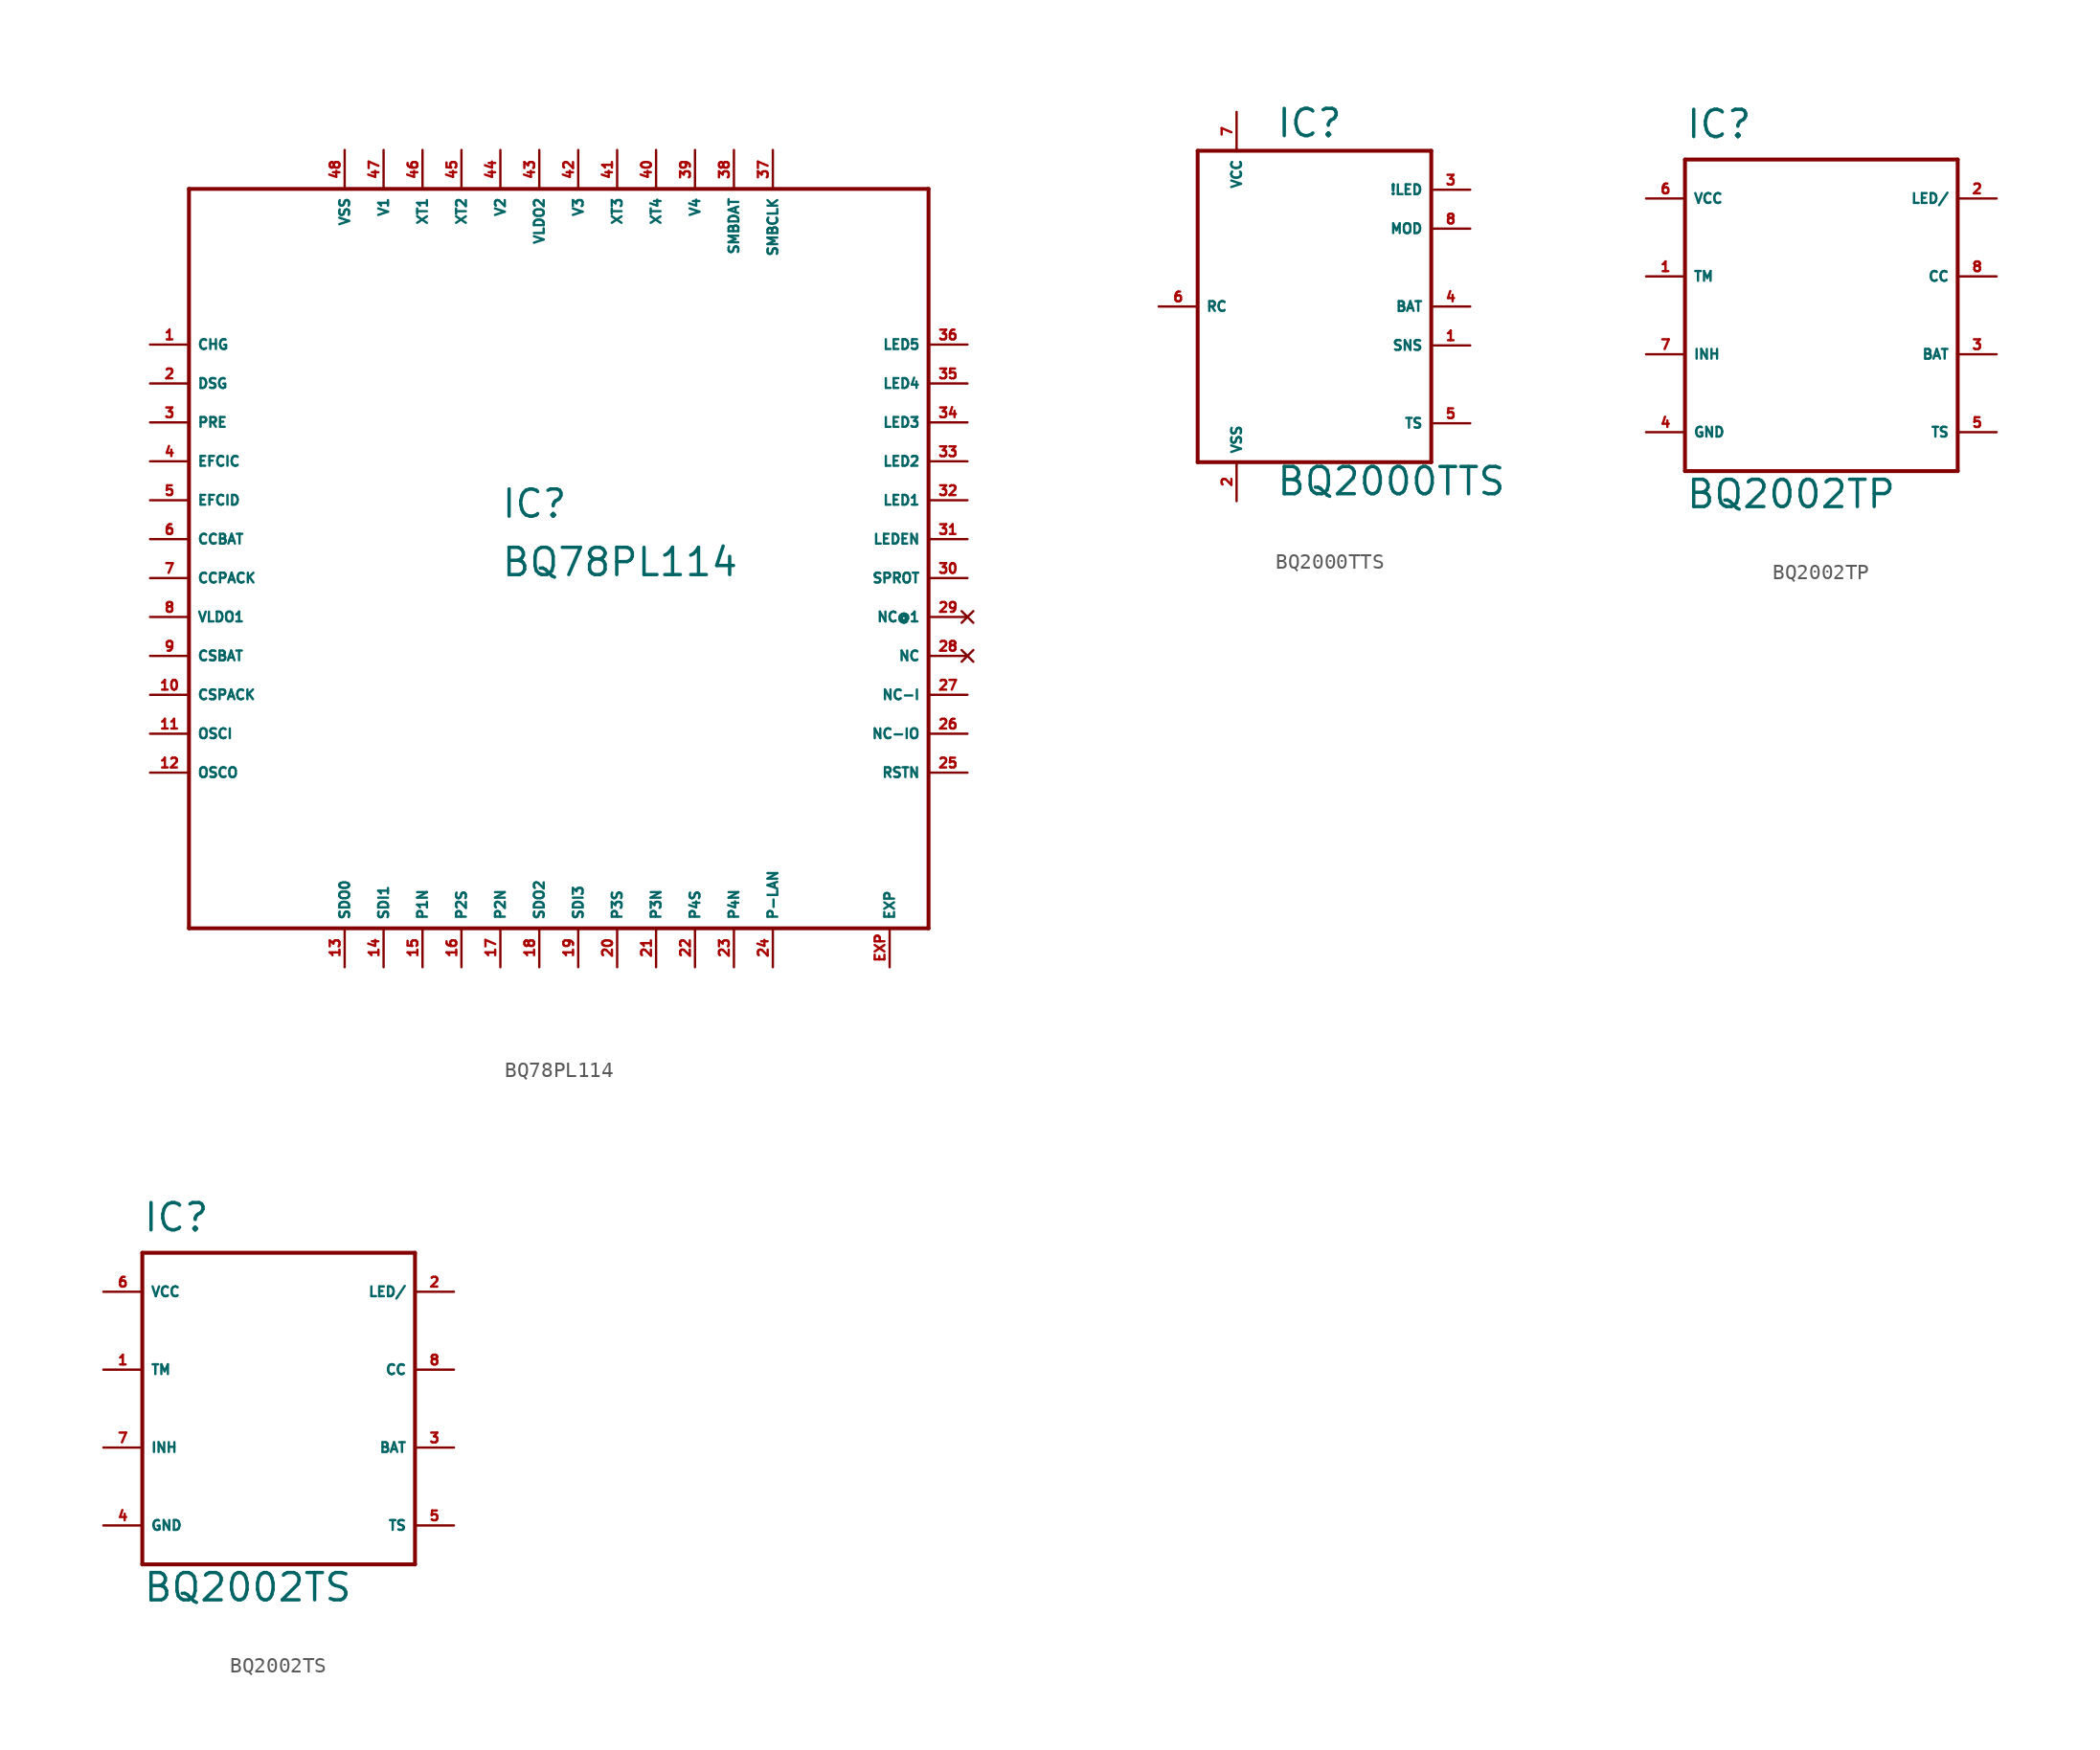
<source format=kicad_sym>
(kicad_symbol_lib
  (version 20220914)
  (generator Eagle2Kicad)
  (symbol "BQ78PL114"
    (property "Reference" "IC"
      (at -5.08 1.27 0)
      (effects (font (size 1.778 1.778) (thickness 0.22)) (justify left bottom)))
    (property "Value" "BQ78PL114"
      (at -5.08 -2.54 0)
      (effects (font (size 1.778 1.778) (thickness 0.22)) (justify left bottom)))
    (polyline
      (pts (xy -25.4 -25.4) (xy 22.86 -25.4))
      (stroke (width 0.254) (type default))
      (fill (type none)))
    (polyline
      (pts (xy 22.86 -25.4) (xy 22.86 22.86))
      (stroke (width 0.254) (type default))
      (fill (type none)))
    (polyline
      (pts (xy 22.86 22.86) (xy -25.4 22.86))
      (stroke (width 0.254) (type default))
      (fill (type none)))
    (polyline
      (pts (xy -25.4 22.86) (xy -25.4 -25.4))
      (stroke (width 0.254) (type default))
      (fill (type none)))
    (pin output line
      (at -27.94 12.7 0)
      (length 2.54)
      (name "CHG" (effects (font (size 0.635 0.635) (thickness 0.08)) (justify left bottom)))
      (number "1" (effects (font (size 0.635 0.635) (thickness 0.08)) (justify left bottom))))
    (pin output line
      (at -27.94 10.16 0)
      (length 2.54)
      (name "DSG" (effects (font (size 0.635 0.635) (thickness 0.08)) (justify left bottom)))
      (number "2" (effects (font (size 0.635 0.635) (thickness 0.08)) (justify left bottom))))
    (pin output line
      (at -27.94 7.62 0)
      (length 2.54)
      (name "PRE" (effects (font (size 0.635 0.635) (thickness 0.08)) (justify left bottom)))
      (number "3" (effects (font (size 0.635 0.635) (thickness 0.08)) (justify left bottom))))
    (pin input line
      (at -27.94 5.08 0)
      (length 2.54)
      (name "EFCIC" (effects (font (size 0.635 0.635) (thickness 0.08)) (justify left bottom)))
      (number "4" (effects (font (size 0.635 0.635) (thickness 0.08)) (justify left bottom))))
    (pin input line
      (at -27.94 2.54 0)
      (length 2.54)
      (name "EFCID" (effects (font (size 0.635 0.635) (thickness 0.08)) (justify left bottom)))
      (number "5" (effects (font (size 0.635 0.635) (thickness 0.08)) (justify left bottom))))
    (pin input line
      (at -27.94 0 0)
      (length 2.54)
      (name "CCBAT" (effects (font (size 0.635 0.635) (thickness 0.08)) (justify left bottom)))
      (number "6" (effects (font (size 0.635 0.635) (thickness 0.08)) (justify left bottom))))
    (pin input line
      (at -27.94 -2.54 0)
      (length 2.54)
      (name "CCPACK" (effects (font (size 0.635 0.635) (thickness 0.08)) (justify left bottom)))
      (number "7" (effects (font (size 0.635 0.635) (thickness 0.08)) (justify left bottom))))
    (pin unspecified line
      (at -27.94 -5.08 0)
      (length 2.54)
      (name "VLDO1" (effects (font (size 0.635 0.635) (thickness 0.08)) (justify left bottom)))
      (number "8" (effects (font (size 0.635 0.635) (thickness 0.08)) (justify left bottom))))
    (pin input line
      (at -27.94 -7.62 0)
      (length 2.54)
      (name "CSBAT" (effects (font (size 0.635 0.635) (thickness 0.08)) (justify left bottom)))
      (number "9" (effects (font (size 0.635 0.635) (thickness 0.08)) (justify left bottom))))
    (pin input line
      (at -27.94 -10.16 0)
      (length 2.54)
      (name "CSPACK" (effects (font (size 0.635 0.635) (thickness 0.08)) (justify left bottom)))
      (number "10" (effects (font (size 0.635 0.635) (thickness 0.08)) (justify left bottom))))
    (pin input line
      (at -27.94 -12.7 0)
      (length 2.54)
      (name "OSCI" (effects (font (size 0.635 0.635) (thickness 0.08)) (justify left bottom)))
      (number "11" (effects (font (size 0.635 0.635) (thickness 0.08)) (justify left bottom))))
    (pin output line
      (at -27.94 -15.24 0)
      (length 2.54)
      (name "OSCO" (effects (font (size 0.635 0.635) (thickness 0.08)) (justify left bottom)))
      (number "12" (effects (font (size 0.635 0.635) (thickness 0.08)) (justify left bottom))))
    (pin output line
      (at -15.24 -27.94 90)
      (length 2.54)
      (name "SDO0" (effects (font (size 0.635 0.635) (thickness 0.08)) (justify left bottom)))
      (number "13" (effects (font (size 0.635 0.635) (thickness 0.08)) (justify left bottom))))
    (pin input line
      (at -12.7 -27.94 90)
      (length 2.54)
      (name "SDI1" (effects (font (size 0.635 0.635) (thickness 0.08)) (justify left bottom)))
      (number "14" (effects (font (size 0.635 0.635) (thickness 0.08)) (justify left bottom))))
    (pin output line
      (at -10.16 -27.94 90)
      (length 2.54)
      (name "P1N" (effects (font (size 0.635 0.635) (thickness 0.08)) (justify left bottom)))
      (number "15" (effects (font (size 0.635 0.635) (thickness 0.08)) (justify left bottom))))
    (pin output line
      (at -7.62 -27.94 90)
      (length 2.54)
      (name "P2S" (effects (font (size 0.635 0.635) (thickness 0.08)) (justify left bottom)))
      (number "16" (effects (font (size 0.635 0.635) (thickness 0.08)) (justify left bottom))))
    (pin output line
      (at -5.08 -27.94 90)
      (length 2.54)
      (name "P2N" (effects (font (size 0.635 0.635) (thickness 0.08)) (justify left bottom)))
      (number "17" (effects (font (size 0.635 0.635) (thickness 0.08)) (justify left bottom))))
    (pin output line
      (at -2.54 -27.94 90)
      (length 2.54)
      (name "SDO2" (effects (font (size 0.635 0.635) (thickness 0.08)) (justify left bottom)))
      (number "18" (effects (font (size 0.635 0.635) (thickness 0.08)) (justify left bottom))))
    (pin input line
      (at 0 -27.94 90)
      (length 2.54)
      (name "SDI3" (effects (font (size 0.635 0.635) (thickness 0.08)) (justify left bottom)))
      (number "19" (effects (font (size 0.635 0.635) (thickness 0.08)) (justify left bottom))))
    (pin output line
      (at 2.54 -27.94 90)
      (length 2.54)
      (name "P3S" (effects (font (size 0.635 0.635) (thickness 0.08)) (justify left bottom)))
      (number "20" (effects (font (size 0.635 0.635) (thickness 0.08)) (justify left bottom))))
    (pin output line
      (at 5.08 -27.94 90)
      (length 2.54)
      (name "P3N" (effects (font (size 0.635 0.635) (thickness 0.08)) (justify left bottom)))
      (number "21" (effects (font (size 0.635 0.635) (thickness 0.08)) (justify left bottom))))
    (pin output line
      (at 7.62 -27.94 90)
      (length 2.54)
      (name "P4S" (effects (font (size 0.635 0.635) (thickness 0.08)) (justify left bottom)))
      (number "22" (effects (font (size 0.635 0.635) (thickness 0.08)) (justify left bottom))))
    (pin output line
      (at 10.16 -27.94 90)
      (length 2.54)
      (name "P4N" (effects (font (size 0.635 0.635) (thickness 0.08)) (justify left bottom)))
      (number "23" (effects (font (size 0.635 0.635) (thickness 0.08)) (justify left bottom))))
    (pin bidirectional line
      (at 12.7 -27.94 90)
      (length 2.54)
      (name "P-LAN" (effects (font (size 0.635 0.635) (thickness 0.08)) (justify left bottom)))
      (number "24" (effects (font (size 0.635 0.635) (thickness 0.08)) (justify left bottom))))
    (pin input line
      (at 25.4 -15.24 180)
      (length 2.54)
      (name "RSTN" (effects (font (size 0.635 0.635) (thickness 0.08)) (justify left bottom)))
      (number "25" (effects (font (size 0.635 0.635) (thickness 0.08)) (justify left bottom))))
    (pin bidirectional line
      (at 25.4 -12.7 180)
      (length 2.54)
      (name "NC-IO" (effects (font (size 0.635 0.635) (thickness 0.08)) (justify left bottom)))
      (number "26" (effects (font (size 0.635 0.635) (thickness 0.08)) (justify left bottom))))
    (pin input line
      (at 25.4 -10.16 180)
      (length 2.54)
      (name "NC-I" (effects (font (size 0.635 0.635) (thickness 0.08)) (justify left bottom)))
      (number "27" (effects (font (size 0.635 0.635) (thickness 0.08)) (justify left bottom))))
    (pin no_connect line
      (at 25.4 -7.62 180)
      (length 2.54)
      (name "NC" (effects (font (size 0.635 0.635) (thickness 0.08)) (justify left bottom) hide))
      (number "28" (effects (font (size 0.635 0.635) (thickness 0.08)) (justify left bottom) hide)))
    (pin no_connect line
      (at 25.4 -5.08 180)
      (length 2.54)
      (name "NC@1" (effects (font (size 0.635 0.635) (thickness 0.08)) (justify left bottom) hide))
      (number "29" (effects (font (size 0.635 0.635) (thickness 0.08)) (justify left bottom) hide)))
    (pin output line
      (at 25.4 -2.54 180)
      (length 2.54)
      (name "SPROT" (effects (font (size 0.635 0.635) (thickness 0.08)) (justify left bottom)))
      (number "30" (effects (font (size 0.635 0.635) (thickness 0.08)) (justify left bottom))))
    (pin bidirectional line
      (at 25.4 0 180)
      (length 2.54)
      (name "LEDEN" (effects (font (size 0.635 0.635) (thickness 0.08)) (justify left bottom)))
      (number "31" (effects (font (size 0.635 0.635) (thickness 0.08)) (justify left bottom))))
    (pin output line
      (at 25.4 2.54 180)
      (length 2.54)
      (name "LED1" (effects (font (size 0.635 0.635) (thickness 0.08)) (justify left bottom)))
      (number "32" (effects (font (size 0.635 0.635) (thickness 0.08)) (justify left bottom))))
    (pin output line
      (at 25.4 5.08 180)
      (length 2.54)
      (name "LED2" (effects (font (size 0.635 0.635) (thickness 0.08)) (justify left bottom)))
      (number "33" (effects (font (size 0.635 0.635) (thickness 0.08)) (justify left bottom))))
    (pin output line
      (at 25.4 7.62 180)
      (length 2.54)
      (name "LED3" (effects (font (size 0.635 0.635) (thickness 0.08)) (justify left bottom)))
      (number "34" (effects (font (size 0.635 0.635) (thickness 0.08)) (justify left bottom))))
    (pin output line
      (at 25.4 10.16 180)
      (length 2.54)
      (name "LED4" (effects (font (size 0.635 0.635) (thickness 0.08)) (justify left bottom)))
      (number "35" (effects (font (size 0.635 0.635) (thickness 0.08)) (justify left bottom))))
    (pin output line
      (at 25.4 12.7 180)
      (length 2.54)
      (name "LED5" (effects (font (size 0.635 0.635) (thickness 0.08)) (justify left bottom)))
      (number "36" (effects (font (size 0.635 0.635) (thickness 0.08)) (justify left bottom))))
    (pin bidirectional line
      (at 12.7 25.4 270)
      (length 2.54)
      (name "SMBCLK" (effects (font (size 0.635 0.635) (thickness 0.08)) (justify left bottom)))
      (number "37" (effects (font (size 0.635 0.635) (thickness 0.08)) (justify left bottom))))
    (pin bidirectional line
      (at 10.16 25.4 270)
      (length 2.54)
      (name "SMBDAT" (effects (font (size 0.635 0.635) (thickness 0.08)) (justify left bottom)))
      (number "38" (effects (font (size 0.635 0.635) (thickness 0.08)) (justify left bottom))))
    (pin input line
      (at 7.62 25.4 270)
      (length 2.54)
      (name "V4" (effects (font (size 0.635 0.635) (thickness 0.08)) (justify left bottom)))
      (number "39" (effects (font (size 0.635 0.635) (thickness 0.08)) (justify left bottom))))
    (pin input line
      (at 5.08 25.4 270)
      (length 2.54)
      (name "XT4" (effects (font (size 0.635 0.635) (thickness 0.08)) (justify left bottom)))
      (number "40" (effects (font (size 0.635 0.635) (thickness 0.08)) (justify left bottom))))
    (pin input line
      (at 2.54 25.4 270)
      (length 2.54)
      (name "XT3" (effects (font (size 0.635 0.635) (thickness 0.08)) (justify left bottom)))
      (number "41" (effects (font (size 0.635 0.635) (thickness 0.08)) (justify left bottom))))
    (pin input line
      (at 0 25.4 270)
      (length 2.54)
      (name "V3" (effects (font (size 0.635 0.635) (thickness 0.08)) (justify left bottom)))
      (number "42" (effects (font (size 0.635 0.635) (thickness 0.08)) (justify left bottom))))
    (pin unspecified line
      (at -2.54 25.4 270)
      (length 2.54)
      (name "VLDO2" (effects (font (size 0.635 0.635) (thickness 0.08)) (justify left bottom)))
      (number "43" (effects (font (size 0.635 0.635) (thickness 0.08)) (justify left bottom))))
    (pin input line
      (at -5.08 25.4 270)
      (length 2.54)
      (name "V2" (effects (font (size 0.635 0.635) (thickness 0.08)) (justify left bottom)))
      (number "44" (effects (font (size 0.635 0.635) (thickness 0.08)) (justify left bottom))))
    (pin input line
      (at -7.62 25.4 270)
      (length 2.54)
      (name "XT2" (effects (font (size 0.635 0.635) (thickness 0.08)) (justify left bottom)))
      (number "45" (effects (font (size 0.635 0.635) (thickness 0.08)) (justify left bottom))))
    (pin input line
      (at -10.16 25.4 270)
      (length 2.54)
      (name "XT1" (effects (font (size 0.635 0.635) (thickness 0.08)) (justify left bottom)))
      (number "46" (effects (font (size 0.635 0.635) (thickness 0.08)) (justify left bottom))))
    (pin input line
      (at -12.7 25.4 270)
      (length 2.54)
      (name "V1" (effects (font (size 0.635 0.635) (thickness 0.08)) (justify left bottom)))
      (number "47" (effects (font (size 0.635 0.635) (thickness 0.08)) (justify left bottom))))
    (pin input line
      (at -15.24 25.4 270)
      (length 2.54)
      (name "VSS" (effects (font (size 0.635 0.635) (thickness 0.08)) (justify left bottom)))
      (number "48" (effects (font (size 0.635 0.635) (thickness 0.08)) (justify left bottom))))
    (pin passive line
      (at 20.32 -27.94 90)
      (length 2.54)
      (name "EXP" (effects (font (size 0.635 0.635) (thickness 0.08)) (justify left bottom)))
      (number "EXP" (effects (font (size 0.635 0.635) (thickness 0.08)) (justify left bottom)))))
  (symbol "BQ2000TTS"
    (property "Reference" "IC"
      (at -2.54 10.922 0)
      (effects (font (size 1.778 1.778) (thickness 0.22)) (justify left bottom)))
    (property "Value" "BQ2000TTS"
      (at -2.54 -12.446 0)
      (effects (font (size 1.778 1.778) (thickness 0.22)) (justify left bottom)))
    (polyline
      (pts (xy -7.62 10.16) (xy 7.62 10.16))
      (stroke (width 0.254) (type default))
      (fill (type none)))
    (polyline
      (pts (xy 7.62 10.16) (xy 7.62 -10.16))
      (stroke (width 0.254) (type default))
      (fill (type none)))
    (polyline
      (pts (xy 7.62 -10.16) (xy -7.62 -10.16))
      (stroke (width 0.254) (type default))
      (fill (type none)))
    (polyline
      (pts (xy -7.62 -10.16) (xy -7.62 10.16))
      (stroke (width 0.254) (type default))
      (fill (type none)))
    (pin input line
      (at 10.16 -2.54 180)
      (length 2.54)
      (name "SNS" (effects (font (size 0.635 0.635) (thickness 0.08)) (justify left bottom)))
      (number "1" (effects (font (size 0.635 0.635) (thickness 0.08)) (justify left bottom))))
    (pin unspecified line
      (at -5.08 -12.7 90)
      (length 2.54)
      (name "VSS" (effects (font (size 0.635 0.635) (thickness 0.08)) (justify left bottom)))
      (number "2" (effects (font (size 0.635 0.635) (thickness 0.08)) (justify left bottom))))
    (pin output line
      (at 10.16 7.62 180)
      (length 2.54)
      (name "!LED" (effects (font (size 0.635 0.635) (thickness 0.08)) (justify left bottom)))
      (number "3" (effects (font (size 0.635 0.635) (thickness 0.08)) (justify left bottom))))
    (pin input line
      (at 10.16 0 180)
      (length 2.54)
      (name "BAT" (effects (font (size 0.635 0.635) (thickness 0.08)) (justify left bottom)))
      (number "4" (effects (font (size 0.635 0.635) (thickness 0.08)) (justify left bottom))))
    (pin output line
      (at 10.16 5.08 180)
      (length 2.54)
      (name "MOD" (effects (font (size 0.635 0.635) (thickness 0.08)) (justify left bottom)))
      (number "8" (effects (font (size 0.635 0.635) (thickness 0.08)) (justify left bottom))))
    (pin input line
      (at -5.08 12.7 270)
      (length 2.54)
      (name "VCC" (effects (font (size 0.635 0.635) (thickness 0.08)) (justify left bottom)))
      (number "7" (effects (font (size 0.635 0.635) (thickness 0.08)) (justify left bottom))))
    (pin input line
      (at -10.16 0 0)
      (length 2.54)
      (name "RC" (effects (font (size 0.635 0.635) (thickness 0.08)) (justify left bottom)))
      (number "6" (effects (font (size 0.635 0.635) (thickness 0.08)) (justify left bottom))))
    (pin input line
      (at 10.16 -7.62 180)
      (length 2.54)
      (name "TS" (effects (font (size 0.635 0.635) (thickness 0.08)) (justify left bottom)))
      (number "5" (effects (font (size 0.635 0.635) (thickness 0.08)) (justify left bottom)))))
  (symbol "BQ2002TP"
    (property "Reference" "IC"
      (at -7.62 11.43 0)
      (effects (font (size 1.778 1.778) (thickness 0.22)) (justify left bottom)))
    (property "Value" "BQ2002TP"
      (at -7.62 -12.7 0)
      (effects (font (size 1.778 1.778) (thickness 0.22)) (justify left bottom)))
    (polyline
      (pts (xy -7.62 10.16) (xy 10.16 10.16))
      (stroke (width 0.254) (type default))
      (fill (type none)))
    (polyline
      (pts (xy 10.16 10.16) (xy 10.16 -10.16))
      (stroke (width 0.254) (type default))
      (fill (type none)))
    (polyline
      (pts (xy 10.16 -10.16) (xy -7.62 -10.16))
      (stroke (width 0.254) (type default))
      (fill (type none)))
    (polyline
      (pts (xy -7.62 -10.16) (xy -7.62 10.16))
      (stroke (width 0.254) (type default))
      (fill (type none)))
    (pin input line
      (at -10.16 2.54 0)
      (length 2.54)
      (name "TM" (effects (font (size 0.635 0.635) (thickness 0.08)) (justify left bottom)))
      (number "1" (effects (font (size 0.635 0.635) (thickness 0.08)) (justify left bottom))))
    (pin open_collector line
      (at 12.7 7.62 180)
      (length 2.54)
      (name "LED/" (effects (font (size 0.635 0.635) (thickness 0.08)) (justify left bottom)))
      (number "2" (effects (font (size 0.635 0.635) (thickness 0.08)) (justify left bottom))))
    (pin input line
      (at 12.7 -2.54 180)
      (length 2.54)
      (name "BAT" (effects (font (size 0.635 0.635) (thickness 0.08)) (justify left bottom)))
      (number "3" (effects (font (size 0.635 0.635) (thickness 0.08)) (justify left bottom))))
    (pin unspecified line
      (at -10.16 -7.62 0)
      (length 2.54)
      (name "GND" (effects (font (size 0.635 0.635) (thickness 0.08)) (justify left bottom)))
      (number "4" (effects (font (size 0.635 0.635) (thickness 0.08)) (justify left bottom))))
    (pin input line
      (at 12.7 -7.62 180)
      (length 2.54)
      (name "TS" (effects (font (size 0.635 0.635) (thickness 0.08)) (justify left bottom)))
      (number "5" (effects (font (size 0.635 0.635) (thickness 0.08)) (justify left bottom))))
    (pin unspecified line
      (at -10.16 7.62 0)
      (length 2.54)
      (name "VCC" (effects (font (size 0.635 0.635) (thickness 0.08)) (justify left bottom)))
      (number "6" (effects (font (size 0.635 0.635) (thickness 0.08)) (justify left bottom))))
    (pin input line
      (at -10.16 -2.54 0)
      (length 2.54)
      (name "INH" (effects (font (size 0.635 0.635) (thickness 0.08)) (justify left bottom)))
      (number "7" (effects (font (size 0.635 0.635) (thickness 0.08)) (justify left bottom))))
    (pin open_collector line
      (at 12.7 2.54 180)
      (length 2.54)
      (name "CC" (effects (font (size 0.635 0.635) (thickness 0.08)) (justify left bottom)))
      (number "8" (effects (font (size 0.635 0.635) (thickness 0.08)) (justify left bottom)))))
  (symbol "BQ2002TS"
    (property "Reference" "IC"
      (at -7.62 11.43 0)
      (effects (font (size 1.778 1.778) (thickness 0.22)) (justify left bottom)))
    (property "Value" "BQ2002TS"
      (at -7.62 -12.7 0)
      (effects (font (size 1.778 1.778) (thickness 0.22)) (justify left bottom)))
    (polyline
      (pts (xy -7.62 10.16) (xy 10.16 10.16))
      (stroke (width 0.254) (type default))
      (fill (type none)))
    (polyline
      (pts (xy 10.16 10.16) (xy 10.16 -10.16))
      (stroke (width 0.254) (type default))
      (fill (type none)))
    (polyline
      (pts (xy 10.16 -10.16) (xy -7.62 -10.16))
      (stroke (width 0.254) (type default))
      (fill (type none)))
    (polyline
      (pts (xy -7.62 -10.16) (xy -7.62 10.16))
      (stroke (width 0.254) (type default))
      (fill (type none)))
    (pin input line
      (at -10.16 2.54 0)
      (length 2.54)
      (name "TM" (effects (font (size 0.635 0.635) (thickness 0.08)) (justify left bottom)))
      (number "1" (effects (font (size 0.635 0.635) (thickness 0.08)) (justify left bottom))))
    (pin open_collector line
      (at 12.7 7.62 180)
      (length 2.54)
      (name "LED/" (effects (font (size 0.635 0.635) (thickness 0.08)) (justify left bottom)))
      (number "2" (effects (font (size 0.635 0.635) (thickness 0.08)) (justify left bottom))))
    (pin input line
      (at 12.7 -2.54 180)
      (length 2.54)
      (name "BAT" (effects (font (size 0.635 0.635) (thickness 0.08)) (justify left bottom)))
      (number "3" (effects (font (size 0.635 0.635) (thickness 0.08)) (justify left bottom))))
    (pin unspecified line
      (at -10.16 -7.62 0)
      (length 2.54)
      (name "GND" (effects (font (size 0.635 0.635) (thickness 0.08)) (justify left bottom)))
      (number "4" (effects (font (size 0.635 0.635) (thickness 0.08)) (justify left bottom))))
    (pin input line
      (at 12.7 -7.62 180)
      (length 2.54)
      (name "TS" (effects (font (size 0.635 0.635) (thickness 0.08)) (justify left bottom)))
      (number "5" (effects (font (size 0.635 0.635) (thickness 0.08)) (justify left bottom))))
    (pin unspecified line
      (at -10.16 7.62 0)
      (length 2.54)
      (name "VCC" (effects (font (size 0.635 0.635) (thickness 0.08)) (justify left bottom)))
      (number "6" (effects (font (size 0.635 0.635) (thickness 0.08)) (justify left bottom))))
    (pin input line
      (at -10.16 -2.54 0)
      (length 2.54)
      (name "INH" (effects (font (size 0.635 0.635) (thickness 0.08)) (justify left bottom)))
      (number "7" (effects (font (size 0.635 0.635) (thickness 0.08)) (justify left bottom))))
    (pin open_collector line
      (at 12.7 2.54 180)
      (length 2.54)
      (name "CC" (effects (font (size 0.635 0.635) (thickness 0.08)) (justify left bottom)))
      (number "8" (effects (font (size 0.635 0.635) (thickness 0.08)) (justify left bottom))))))
</source>
